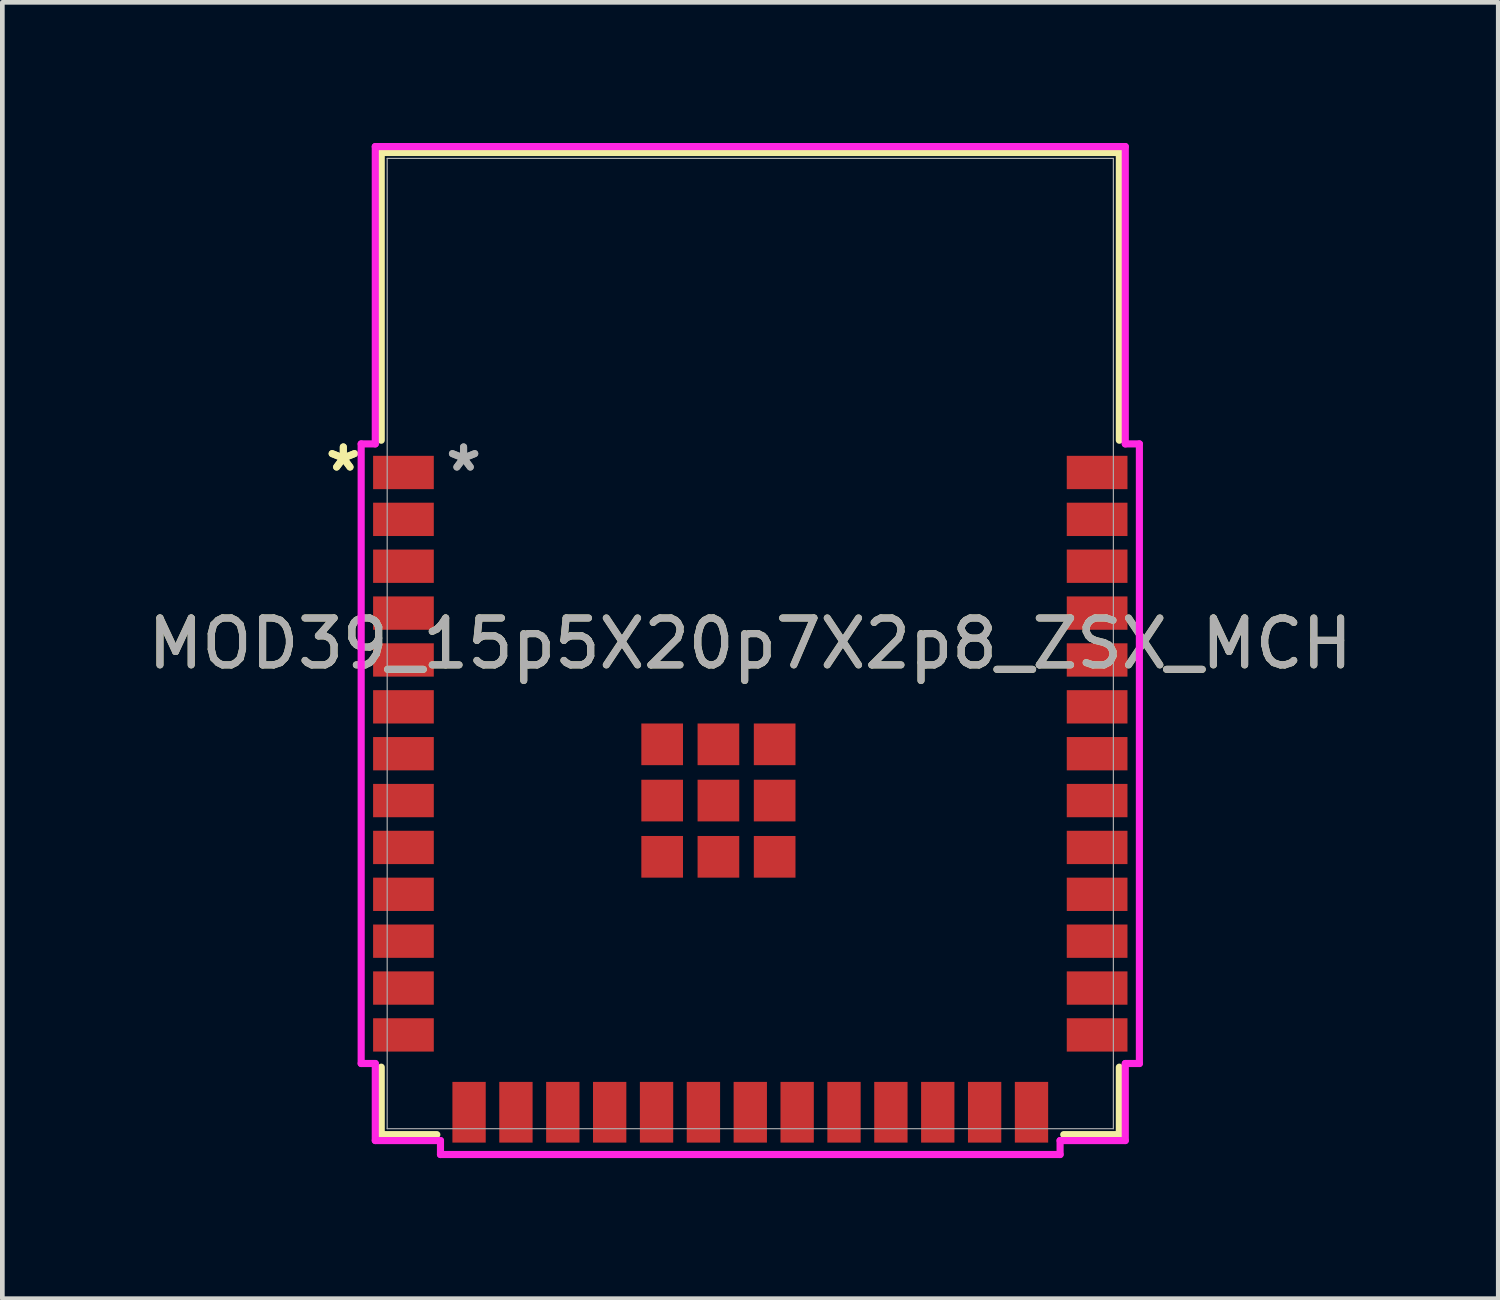
<source format=kicad_pcb>
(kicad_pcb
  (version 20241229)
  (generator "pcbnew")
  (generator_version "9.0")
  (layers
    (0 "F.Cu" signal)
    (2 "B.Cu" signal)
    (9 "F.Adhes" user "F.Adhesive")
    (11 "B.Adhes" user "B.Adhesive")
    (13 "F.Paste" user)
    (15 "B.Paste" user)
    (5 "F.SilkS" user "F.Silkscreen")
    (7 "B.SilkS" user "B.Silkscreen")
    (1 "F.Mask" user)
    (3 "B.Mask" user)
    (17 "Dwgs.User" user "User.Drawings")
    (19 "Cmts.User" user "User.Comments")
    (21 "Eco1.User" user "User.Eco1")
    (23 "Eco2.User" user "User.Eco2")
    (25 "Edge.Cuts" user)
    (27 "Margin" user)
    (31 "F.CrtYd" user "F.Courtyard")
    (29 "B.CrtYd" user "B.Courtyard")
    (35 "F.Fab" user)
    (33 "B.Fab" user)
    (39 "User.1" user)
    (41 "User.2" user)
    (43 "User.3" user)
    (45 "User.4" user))
  (footprint "MOD39_15p5X20p7X2p8_ZSX_MCH"
    (layer "F.Cu")
    (at 12.958 10.681)
    (property "Reference" "MOD39_15p5X20p7X2p8_ZSX_MCH" (at 0 0 0) (unlocked yes) (layer "F.SilkS") (effects (font (size 1 1) (thickness 0.15))))
    (attr smd)
    (fp_line (start -7.874 -10.477) (end 7.874 -10.477) (stroke (width 0.152) (type solid)) (layer "F.SilkS"))
    (fp_line (start -7.874 -4.338) (end -7.874 -10.477) (stroke (width 0.152) (type solid)) (layer "F.SilkS"))
    (fp_line (start -7.874 10.477) (end -7.874 9.038) (stroke (width 0.152) (type solid)) (layer "F.SilkS"))
    (fp_line (start -6.688 10.477) (end -7.874 10.477) (stroke (width 0.152) (type solid)) (layer "F.SilkS"))
    (fp_line (start 7.874 -10.477) (end 7.874 -4.338) (stroke (width 0.152) (type solid)) (layer "F.SilkS"))
    (fp_line (start 7.874 9.038) (end 7.874 10.477) (stroke (width 0.152) (type solid)) (layer "F.SilkS"))
    (fp_line (start 7.874 10.477) (end 6.688 10.477) (stroke (width 0.152) (type solid)) (layer "F.SilkS"))
    (fp_poly (pts (xy -7.747 -10.351) (xy -7.747 -4.356) (xy 7.747 -4.356) (xy 7.747 -10.351)) (stroke (width 0.1) (type solid)) (fill no) (layer "Eco2.User"))
    (fp_poly (pts (xy -0.744 6.83) (xy -0.754 6.723) (xy -0.785 6.621) (xy -0.836 6.527) (xy -0.904 6.444) (xy -0.987 6.376) (xy -1.081 6.325) (xy -1.183 6.294) (xy -1.29 6.284) (xy -1.397 6.294) (xy -1.499 6.325) (xy -1.593 6.376) (xy -1.676 6.444) (xy -1.744 6.527) (xy -1.795 6.621) (xy -1.826 6.723) (xy -1.836 6.83) (xy -1.826 6.937) (xy -1.795 7.039) (xy -1.744 7.133) (xy -1.676 7.216) (xy -1.593 7.284) (xy -1.499 7.335) (xy -1.397 7.366) (xy -1.29 7.376) (xy -1.183 7.366) (xy -1.081 7.335) (xy -0.987 7.284) (xy -0.904 7.216) (xy -0.836 7.133) (xy -0.785 7.039) (xy -0.754 6.937)) (stroke (width 0.1) (type solid)) (fill no) (layer "Eco2.User"))
    (fp_poly (pts (xy 0.968 -3.01) (xy 0.934 -3.357) (xy 0.833 -3.69) (xy 0.668 -3.998) (xy 0.447 -4.267) (xy 0.178 -4.488) (xy -0.13 -4.653) (xy -0.463 -4.754) (xy -0.81 -4.788) (xy -1.157 -4.754) (xy -1.49 -4.653) (xy -1.798 -4.488) (xy -2.067 -4.267) (xy -2.288 -3.998) (xy -2.453 -3.69) (xy -2.554 -3.357) (xy -2.588 -3.01) (xy -2.554 -2.663) (xy -2.453 -2.33) (xy -2.288 -2.022) (xy -2.067 -1.753) (xy -1.798 -1.532) (xy -1.49 -1.367) (xy -1.157 -1.266) (xy -0.81 -1.232) (xy -0.463 -1.266) (xy -0.13 -1.367) (xy 0.178 -1.532) (xy 0.447 -1.753) (xy 0.668 -2.022) (xy 0.833 -2.33) (xy 0.934 -2.663)) (stroke (width 0.1) (type solid)) (fill no) (layer "Eco2.User"))
    (fp_poly (pts (xy 4.716 5.07) (xy 4.706 4.963) (xy 4.675 4.861) (xy 4.624 4.767) (xy 4.556 4.684) (xy 4.473 4.616) (xy 4.379 4.565) (xy 4.277 4.534) (xy 4.17 4.524) (xy 4.063 4.534) (xy 3.961 4.565) (xy 3.867 4.616) (xy 3.784 4.684) (xy 3.716 4.767) (xy 3.665 4.861) (xy 3.634 4.963) (xy 3.624 5.07) (xy 3.634 5.177) (xy 3.665 5.279) (xy 3.716 5.373) (xy 3.784 5.456) (xy 3.867 5.524) (xy 3.961 5.575) (xy 4.063 5.606) (xy 4.17 5.616) (xy 4.277 5.606) (xy 4.379 5.575) (xy 4.473 5.524) (xy 4.556 5.456) (xy 4.624 5.373) (xy 4.675 5.279) (xy 4.706 5.177)) (stroke (width 0.1) (type solid)) (fill no) (layer "Eco2.User"))
    (fp_line (start -8.302 -4.26) (end -8.302 8.96) (stroke (width 0.152) (type solid)) (layer "F.CrtYd"))
    (fp_line (start -8.302 8.96) (end -8.001 8.96) (stroke (width 0.152) (type solid)) (layer "F.CrtYd"))
    (fp_line (start -8.001 -10.604) (end -8.001 -4.26) (stroke (width 0.152) (type solid)) (layer "F.CrtYd"))
    (fp_line (start -8.001 -4.26) (end -8.302 -4.26) (stroke (width 0.152) (type solid)) (layer "F.CrtYd"))
    (fp_line (start -8.001 8.96) (end -8.001 10.604) (stroke (width 0.152) (type solid)) (layer "F.CrtYd"))
    (fp_line (start -8.001 10.604) (end -6.61 10.604) (stroke (width 0.152) (type solid)) (layer "F.CrtYd"))
    (fp_line (start -6.61 10.604) (end -6.61 10.902) (stroke (width 0.152) (type solid)) (layer "F.CrtYd"))
    (fp_line (start -6.61 10.902) (end 6.61 10.902) (stroke (width 0.152) (type solid)) (layer "F.CrtYd"))
    (fp_line (start 6.61 10.604) (end 8.001 10.604) (stroke (width 0.152) (type solid)) (layer "F.CrtYd"))
    (fp_line (start 6.61 10.902) (end 6.61 10.604) (stroke (width 0.152) (type solid)) (layer "F.CrtYd"))
    (fp_line (start 8.001 -10.604) (end -8.001 -10.604) (stroke (width 0.152) (type solid)) (layer "F.CrtYd"))
    (fp_line (start 8.001 -4.26) (end 8.001 -10.604) (stroke (width 0.152) (type solid)) (layer "F.CrtYd"))
    (fp_line (start 8.001 8.96) (end 8.302 8.96) (stroke (width 0.152) (type solid)) (layer "F.CrtYd"))
    (fp_line (start 8.001 10.604) (end 8.001 8.96) (stroke (width 0.152) (type solid)) (layer "F.CrtYd"))
    (fp_line (start 8.302 -4.26) (end 8.001 -4.26) (stroke (width 0.152) (type solid)) (layer "F.CrtYd"))
    (fp_line (start 8.302 8.96) (end 8.302 -4.26) (stroke (width 0.152) (type solid)) (layer "F.CrtYd"))
    (fp_line (start -7.747 -10.351) (end -7.747 10.351) (stroke (width 0.025) (type solid)) (layer "F.Fab"))
    (fp_line (start -7.747 10.351) (end 7.747 10.351) (stroke (width 0.025) (type solid)) (layer "F.Fab"))
    (fp_line (start 7.747 -10.351) (end -7.747 -10.351) (stroke (width 0.025) (type solid)) (layer "F.Fab"))
    (fp_line (start 7.747 10.351) (end 7.747 -10.351) (stroke (width 0.025) (type solid)) (layer "F.Fab"))
    (fp_text user "*" (at -8.683 -3.65 0) (unlocked yes) (layer "F.SilkS") (effects (font (size 1 1) (thickness 0.15))))
    (fp_text user "*" (at -8.683 -3.65 0) (layer "F.SilkS") (effects (font (size 1 1) (thickness 0.15))))
    (fp_text user "${REFERENCE}" (at 0 0 0) (unlocked yes) (layer "F.Fab") (effects (font (size 1 1) (thickness 0.15))))
    (fp_text user "*" (at -6.117 -3.65 0) (layer "F.Fab") (effects (font (size 1 1) (thickness 0.15))))
    (fp_text user "*" (at -6.117 -3.65 0) (unlocked yes) (layer "F.Fab") (effects (font (size 1 1) (thickness 0.15))))
    (pad "1" smd rect (at -7.4 -3.65) (size 1.295 0.711) (layers "F.Cu" "F.Mask" "F.Paste"))
    (pad "2" smd rect (at -7.4 -2.65) (size 1.295 0.711) (layers "F.Cu" "F.Mask" "F.Paste"))
    (pad "3" smd rect (at -7.4 -1.65) (size 1.295 0.711) (layers "F.Cu" "F.Mask" "F.Paste"))
    (pad "4" smd rect (at -7.4 -0.65) (size 1.295 0.711) (layers "F.Cu" "F.Mask" "F.Paste"))
    (pad "5" smd rect (at -7.4 0.35) (size 1.295 0.711) (layers "F.Cu" "F.Mask" "F.Paste"))
    (pad "6" smd rect (at -7.4 1.35) (size 1.295 0.711) (layers "F.Cu" "F.Mask" "F.Paste"))
    (pad "7" smd rect (at -7.4 2.35) (size 1.295 0.711) (layers "F.Cu" "F.Mask" "F.Paste"))
    (pad "8" smd rect (at -7.4 3.35) (size 1.295 0.711) (layers "F.Cu" "F.Mask" "F.Paste"))
    (pad "9" smd rect (at -7.4 4.35) (size 1.295 0.711) (layers "F.Cu" "F.Mask" "F.Paste"))
    (pad "10" smd rect (at -7.4 5.35) (size 1.295 0.711) (layers "F.Cu" "F.Mask" "F.Paste"))
    (pad "11" smd rect (at -7.4 6.35) (size 1.295 0.711) (layers "F.Cu" "F.Mask" "F.Paste"))
    (pad "12" smd rect (at -7.4 7.35) (size 1.295 0.711) (layers "F.Cu" "F.Mask" "F.Paste"))
    (pad "13" smd rect (at -7.4 8.35) (size 1.295 0.711) (layers "F.Cu" "F.Mask" "F.Paste"))
    (pad "14" smd rect (at -6 10 90) (size 1.295 0.711) (layers "F.Cu" "F.Mask" "F.Paste"))
    (pad "15" smd rect (at -5 10 90) (size 1.295 0.711) (layers "F.Cu" "F.Mask" "F.Paste"))
    (pad "16" smd rect (at -4 10 90) (size 1.295 0.711) (layers "F.Cu" "F.Mask" "F.Paste"))
    (pad "17" smd rect (at -3 10 90) (size 1.295 0.711) (layers "F.Cu" "F.Mask" "F.Paste"))
    (pad "18" smd rect (at -2 10 90) (size 1.295 0.711) (layers "F.Cu" "F.Mask" "F.Paste"))
    (pad "19" smd rect (at -1 10 90) (size 1.295 0.711) (layers "F.Cu" "F.Mask" "F.Paste"))
    (pad "20" smd rect (at 0 10 90) (size 1.295 0.711) (layers "F.Cu" "F.Mask" "F.Paste"))
    (pad "21" smd rect (at 1 10 90) (size 1.295 0.711) (layers "F.Cu" "F.Mask" "F.Paste"))
    (pad "22" smd rect (at 2 10 90) (size 1.295 0.711) (layers "F.Cu" "F.Mask" "F.Paste"))
    (pad "23" smd rect (at 3 10 90) (size 1.295 0.711) (layers "F.Cu" "F.Mask" "F.Paste"))
    (pad "24" smd rect (at 4 10 90) (size 1.295 0.711) (layers "F.Cu" "F.Mask" "F.Paste"))
    (pad "25" smd rect (at 5 10 90) (size 1.295 0.711) (layers "F.Cu" "F.Mask" "F.Paste"))
    (pad "26" smd rect (at 6 10 90) (size 1.295 0.711) (layers "F.Cu" "F.Mask" "F.Paste"))
    (pad "27" smd rect (at 7.4 8.35) (size 1.295 0.711) (layers "F.Cu" "F.Mask" "F.Paste"))
    (pad "28" smd rect (at 7.4 7.35) (size 1.295 0.711) (layers "F.Cu" "F.Mask" "F.Paste"))
    (pad "29" smd rect (at 7.4 6.35) (size 1.295 0.711) (layers "F.Cu" "F.Mask" "F.Paste"))
    (pad "30" smd rect (at 7.4 5.35) (size 1.295 0.711) (layers "F.Cu" "F.Mask" "F.Paste"))
    (pad "31" smd rect (at 7.4 4.35) (size 1.295 0.711) (layers "F.Cu" "F.Mask" "F.Paste"))
    (pad "32" smd rect (at 7.4 3.35) (size 1.295 0.711) (layers "F.Cu" "F.Mask" "F.Paste"))
    (pad "33" smd rect (at 7.4 2.35) (size 1.295 0.711) (layers "F.Cu" "F.Mask" "F.Paste"))
    (pad "34" smd rect (at 7.4 1.35) (size 1.295 0.711) (layers "F.Cu" "F.Mask" "F.Paste"))
    (pad "35" smd rect (at 7.4 0.35) (size 1.295 0.711) (layers "F.Cu" "F.Mask" "F.Paste"))
    (pad "36" smd rect (at 7.4 -0.65) (size 1.295 0.711) (layers "F.Cu" "F.Mask" "F.Paste"))
    (pad "37" smd rect (at 7.4 -1.65) (size 1.295 0.711) (layers "F.Cu" "F.Mask" "F.Paste"))
    (pad "38" smd rect (at 7.4 -2.65) (size 1.295 0.711) (layers "F.Cu" "F.Mask" "F.Paste"))
    (pad "39" smd rect (at 7.4 -3.65) (size 1.295 0.711) (layers "F.Cu" "F.Mask" "F.Paste"))
    (pad "40" smd rect (at -1.88 2.15) (size 0.889 0.889) (layers "F.Cu" "F.Mask" "F.Paste"))
    (pad "41" smd rect (at -0.68 2.15) (size 0.889 0.889) (layers "F.Cu" "F.Mask" "F.Paste"))
    (pad "42" smd rect (at 0.52 2.15) (size 0.889 0.889) (layers "F.Cu" "F.Mask" "F.Paste"))
    (pad "43" smd rect (at -1.88 3.35) (size 0.889 0.889) (layers "F.Cu" "F.Mask" "F.Paste"))
    (pad "44" smd rect (at -0.68 3.35) (size 0.889 0.889) (layers "F.Cu" "F.Mask" "F.Paste"))
    (pad "45" smd rect (at 0.52 3.35) (size 0.889 0.889) (layers "F.Cu" "F.Mask" "F.Paste"))
    (pad "46" smd rect (at -1.88 4.55) (size 0.889 0.889) (layers "F.Cu" "F.Mask" "F.Paste"))
    (pad "47" smd rect (at -0.68 4.55) (size 0.889 0.889) (layers "F.Cu" "F.Mask" "F.Paste"))
    (pad "48" smd rect (at 0.52 4.55) (size 0.889 0.889) (layers "F.Cu" "F.Mask" "F.Paste")))
  (gr_rect
    (start -3 -3)
    (end 28.917 24.659)
    (stroke (width 0.1) (type default))
    (fill no)
    (layer "Edge.Cuts")))
</source>
